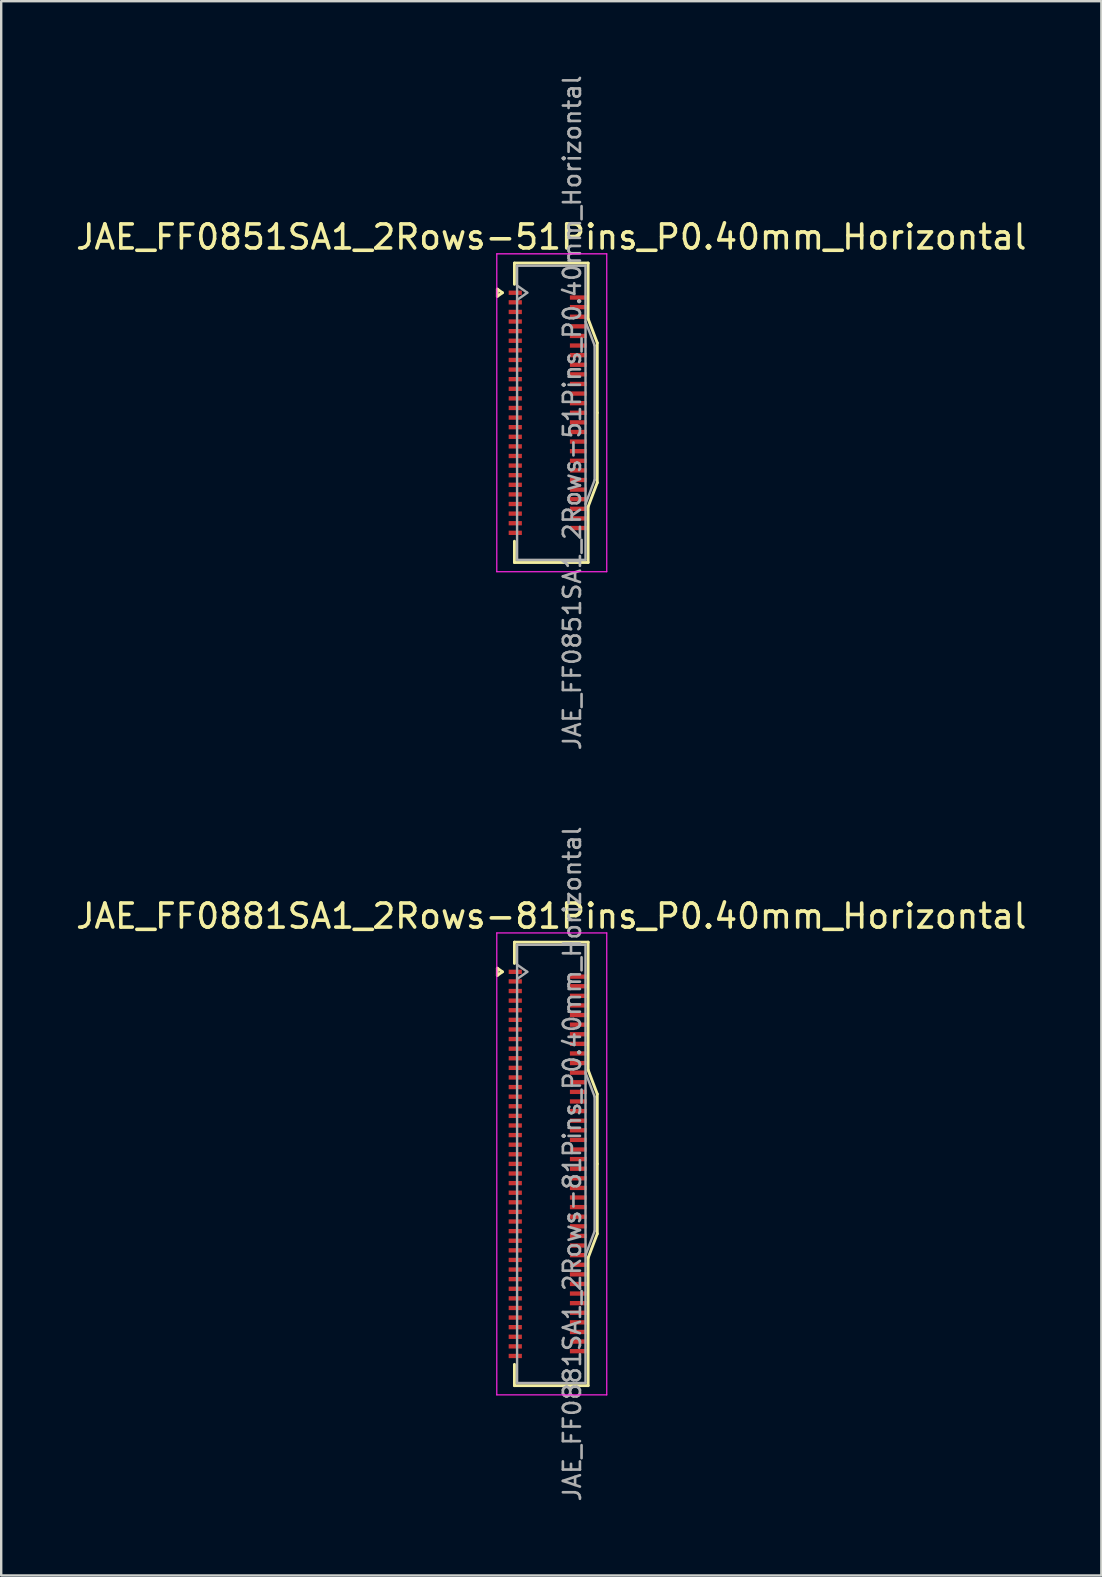
<source format=kicad_pcb>
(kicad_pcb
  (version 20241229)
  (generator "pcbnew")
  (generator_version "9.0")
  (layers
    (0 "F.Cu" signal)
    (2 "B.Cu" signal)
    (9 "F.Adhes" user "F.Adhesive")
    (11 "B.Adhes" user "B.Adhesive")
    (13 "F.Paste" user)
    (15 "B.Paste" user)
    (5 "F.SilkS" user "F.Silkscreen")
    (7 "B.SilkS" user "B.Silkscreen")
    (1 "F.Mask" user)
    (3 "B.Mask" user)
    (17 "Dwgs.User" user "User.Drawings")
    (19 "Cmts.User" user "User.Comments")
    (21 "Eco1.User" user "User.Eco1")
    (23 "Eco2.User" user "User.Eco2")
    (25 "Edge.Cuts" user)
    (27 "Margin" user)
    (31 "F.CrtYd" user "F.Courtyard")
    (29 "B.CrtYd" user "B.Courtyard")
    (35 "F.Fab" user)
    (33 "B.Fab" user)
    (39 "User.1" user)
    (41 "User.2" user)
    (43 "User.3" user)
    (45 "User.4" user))
  (footprint "JAE_FF0881SA1_2Rows-81Pins_P0.40mm_Horizontal"
    (layer "F.Cu")
    (at 19.761 45.426)
    (property "Reference" "JAE_FF0881SA1_2Rows-81Pins_P0.40mm_Horizontal" (at 0.15 -10.32 0) (layer "F.SilkS") (effects (font (size 1 1) (thickness 0.15))))
    (attr smd)
    (fp_line (start -2.097 -8.15) (end -1.885 -8) (stroke (width 0.12) (type solid)) (layer "F.SilkS"))
    (fp_line (start -2.097 -7.85) (end -2.097 -8.15) (stroke (width 0.12) (type solid)) (layer "F.SilkS"))
    (fp_line (start -1.885 -8) (end -2.097 -7.85) (stroke (width 0.12) (type solid)) (layer "F.SilkS"))
    (fp_line (start -1.385 -9.235) (end 1.685 -9.235) (stroke (width 0.12) (type solid)) (layer "F.SilkS"))
    (fp_line (start -1.385 -8.35) (end -1.385 -9.235) (stroke (width 0.12) (type solid)) (layer "F.SilkS"))
    (fp_line (start -1.385 8.35) (end -1.385 9.235) (stroke (width 0.12) (type solid)) (layer "F.SilkS"))
    (fp_line (start -1.385 9.235) (end 1.685 9.235) (stroke (width 0.12) (type solid)) (layer "F.SilkS"))
    (fp_line (start 1.685 -9.235) (end 1.685 -3.91) (stroke (width 0.12) (type solid)) (layer "F.SilkS"))
    (fp_line (start 1.685 -3.91) (end 2.065 -2.91) (stroke (width 0.12) (type solid)) (layer "F.SilkS"))
    (fp_line (start 1.685 3.91) (end 2.065 2.91) (stroke (width 0.12) (type solid)) (layer "F.SilkS"))
    (fp_line (start 1.685 9.235) (end 1.685 3.91) (stroke (width 0.12) (type solid)) (layer "F.SilkS"))
    (fp_line (start 2.065 -2.91) (end 2.065 0) (stroke (width 0.12) (type solid)) (layer "F.SilkS"))
    (fp_line (start 2.065 2.91) (end 2.065 0) (stroke (width 0.12) (type solid)) (layer "F.SilkS"))
    (fp_line (start -2.12 -9.62) (end -2.12 9.62) (stroke (width 0.05) (type solid)) (layer "F.CrtYd"))
    (fp_line (start -2.12 9.62) (end 2.46 9.62) (stroke (width 0.05) (type solid)) (layer "F.CrtYd"))
    (fp_line (start 2.46 -9.62) (end -2.12 -9.62) (stroke (width 0.05) (type solid)) (layer "F.CrtYd"))
    (fp_line (start 2.46 9.62) (end 2.46 -9.62) (stroke (width 0.05) (type solid)) (layer "F.CrtYd"))
    (fp_line (start -1.275 -9.125) (end -1.275 9.125) (stroke (width 0.1) (type solid)) (layer "F.Fab"))
    (fp_line (start -1.275 -8.3) (end -0.851 -8) (stroke (width 0.1) (type solid)) (layer "F.Fab"))
    (fp_line (start -1.275 9.125) (end 1.575 9.125) (stroke (width 0.1) (type solid)) (layer "F.Fab"))
    (fp_line (start -0.851 -8) (end -1.275 -7.7) (stroke (width 0.1) (type solid)) (layer "F.Fab"))
    (fp_line (start 1.575 -9.125) (end -1.275 -9.125) (stroke (width 0.1) (type solid)) (layer "F.Fab"))
    (fp_line (start 1.575 -3.8) (end 1.955 -2.8) (stroke (width 0.1) (type solid)) (layer "F.Fab"))
    (fp_line (start 1.575 9.125) (end 1.575 -9.125) (stroke (width 0.1) (type solid)) (layer "F.Fab"))
    (fp_line (start 1.955 -2.8) (end 1.955 2.8) (stroke (width 0.1) (type solid)) (layer "F.Fab"))
    (fp_line (start 1.955 2.8) (end 1.575 3.8) (stroke (width 0.1) (type solid)) (layer "F.Fab"))
    (fp_text user "${REFERENCE}" (at 1.02 0 90) (layer "F.Fab") (effects (font (size 0.71 0.71) (thickness 0.11))))
    (pad "1" smd rect (at -1.35 -8) (size 0.55 0.18) (layers "F.Cu" "F.Mask" "F.Paste"))
    (pad "2" smd rect (at 1.275 -7.8) (size 0.7 0.18) (layers "F.Cu" "F.Mask" "F.Paste"))
    (pad "3" smd rect (at -1.35 -7.6) (size 0.55 0.18) (layers "F.Cu" "F.Mask" "F.Paste"))
    (pad "4" smd rect (at 1.275 -7.4) (size 0.7 0.18) (layers "F.Cu" "F.Mask" "F.Paste"))
    (pad "5" smd rect (at -1.35 -7.2) (size 0.55 0.18) (layers "F.Cu" "F.Mask" "F.Paste"))
    (pad "6" smd rect (at 1.275 -7) (size 0.7 0.18) (layers "F.Cu" "F.Mask" "F.Paste"))
    (pad "7" smd rect (at -1.35 -6.8) (size 0.55 0.18) (layers "F.Cu" "F.Mask" "F.Paste"))
    (pad "8" smd rect (at 1.275 -6.6) (size 0.7 0.18) (layers "F.Cu" "F.Mask" "F.Paste"))
    (pad "9" smd rect (at -1.35 -6.4) (size 0.55 0.18) (layers "F.Cu" "F.Mask" "F.Paste"))
    (pad "10" smd rect (at 1.275 -6.2) (size 0.7 0.18) (layers "F.Cu" "F.Mask" "F.Paste"))
    (pad "11" smd rect (at -1.35 -6) (size 0.55 0.18) (layers "F.Cu" "F.Mask" "F.Paste"))
    (pad "12" smd rect (at 1.275 -5.8) (size 0.7 0.18) (layers "F.Cu" "F.Mask" "F.Paste"))
    (pad "13" smd rect (at -1.35 -5.6) (size 0.55 0.18) (layers "F.Cu" "F.Mask" "F.Paste"))
    (pad "14" smd rect (at 1.275 -5.4) (size 0.7 0.18) (layers "F.Cu" "F.Mask" "F.Paste"))
    (pad "15" smd rect (at -1.35 -5.2) (size 0.55 0.18) (layers "F.Cu" "F.Mask" "F.Paste"))
    (pad "16" smd rect (at 1.275 -5) (size 0.7 0.18) (layers "F.Cu" "F.Mask" "F.Paste"))
    (pad "17" smd rect (at -1.35 -4.8) (size 0.55 0.18) (layers "F.Cu" "F.Mask" "F.Paste"))
    (pad "18" smd rect (at 1.275 -4.6) (size 0.7 0.18) (layers "F.Cu" "F.Mask" "F.Paste"))
    (pad "19" smd rect (at -1.35 -4.4) (size 0.55 0.18) (layers "F.Cu" "F.Mask" "F.Paste"))
    (pad "20" smd rect (at 1.275 -4.2) (size 0.7 0.18) (layers "F.Cu" "F.Mask" "F.Paste"))
    (pad "21" smd rect (at -1.35 -4) (size 0.55 0.18) (layers "F.Cu" "F.Mask" "F.Paste"))
    (pad "22" smd rect (at 1.275 -3.8) (size 0.7 0.18) (layers "F.Cu" "F.Mask" "F.Paste"))
    (pad "23" smd rect (at -1.35 -3.6) (size 0.55 0.18) (layers "F.Cu" "F.Mask" "F.Paste"))
    (pad "24" smd rect (at 1.275 -3.4) (size 0.7 0.18) (layers "F.Cu" "F.Mask" "F.Paste"))
    (pad "25" smd rect (at -1.35 -3.2) (size 0.55 0.18) (layers "F.Cu" "F.Mask" "F.Paste"))
    (pad "26" smd rect (at 1.275 -3) (size 0.7 0.18) (layers "F.Cu" "F.Mask" "F.Paste"))
    (pad "27" smd rect (at -1.35 -2.8) (size 0.55 0.18) (layers "F.Cu" "F.Mask" "F.Paste"))
    (pad "28" smd rect (at 1.275 -2.6) (size 0.7 0.18) (layers "F.Cu" "F.Mask" "F.Paste"))
    (pad "29" smd rect (at -1.35 -2.4) (size 0.55 0.18) (layers "F.Cu" "F.Mask" "F.Paste"))
    (pad "30" smd rect (at 1.275 -2.2) (size 0.7 0.18) (layers "F.Cu" "F.Mask" "F.Paste"))
    (pad "31" smd rect (at -1.35 -2) (size 0.55 0.18) (layers "F.Cu" "F.Mask" "F.Paste"))
    (pad "32" smd rect (at 1.275 -1.8) (size 0.7 0.18) (layers "F.Cu" "F.Mask" "F.Paste"))
    (pad "33" smd rect (at -1.35 -1.6) (size 0.55 0.18) (layers "F.Cu" "F.Mask" "F.Paste"))
    (pad "34" smd rect (at 1.275 -1.4) (size 0.7 0.18) (layers "F.Cu" "F.Mask" "F.Paste"))
    (pad "35" smd rect (at -1.35 -1.2) (size 0.55 0.18) (layers "F.Cu" "F.Mask" "F.Paste"))
    (pad "36" smd rect (at 1.275 -1) (size 0.7 0.18) (layers "F.Cu" "F.Mask" "F.Paste"))
    (pad "37" smd rect (at -1.35 -0.8) (size 0.55 0.18) (layers "F.Cu" "F.Mask" "F.Paste"))
    (pad "38" smd rect (at 1.275 -0.6) (size 0.7 0.18) (layers "F.Cu" "F.Mask" "F.Paste"))
    (pad "39" smd rect (at -1.35 -0.4) (size 0.55 0.18) (layers "F.Cu" "F.Mask" "F.Paste"))
    (pad "40" smd rect (at 1.275 -0.2) (size 0.7 0.18) (layers "F.Cu" "F.Mask" "F.Paste"))
    (pad "41" smd rect (at -1.35 0) (size 0.55 0.18) (layers "F.Cu" "F.Mask" "F.Paste"))
    (pad "42" smd rect (at 1.275 0.2) (size 0.7 0.18) (layers "F.Cu" "F.Mask" "F.Paste"))
    (pad "43" smd rect (at -1.35 0.4) (size 0.55 0.18) (layers "F.Cu" "F.Mask" "F.Paste"))
    (pad "44" smd rect (at 1.275 0.6) (size 0.7 0.18) (layers "F.Cu" "F.Mask" "F.Paste"))
    (pad "45" smd rect (at -1.35 0.8) (size 0.55 0.18) (layers "F.Cu" "F.Mask" "F.Paste"))
    (pad "46" smd rect (at 1.275 1) (size 0.7 0.18) (layers "F.Cu" "F.Mask" "F.Paste"))
    (pad "47" smd rect (at -1.35 1.2) (size 0.55 0.18) (layers "F.Cu" "F.Mask" "F.Paste"))
    (pad "48" smd rect (at 1.275 1.4) (size 0.7 0.18) (layers "F.Cu" "F.Mask" "F.Paste"))
    (pad "49" smd rect (at -1.35 1.6) (size 0.55 0.18) (layers "F.Cu" "F.Mask" "F.Paste"))
    (pad "50" smd rect (at 1.275 1.8) (size 0.7 0.18) (layers "F.Cu" "F.Mask" "F.Paste"))
    (pad "51" smd rect (at -1.35 2) (size 0.55 0.18) (layers "F.Cu" "F.Mask" "F.Paste"))
    (pad "52" smd rect (at 1.275 2.2) (size 0.7 0.18) (layers "F.Cu" "F.Mask" "F.Paste"))
    (pad "53" smd rect (at -1.35 2.4) (size 0.55 0.18) (layers "F.Cu" "F.Mask" "F.Paste"))
    (pad "54" smd rect (at 1.275 2.6) (size 0.7 0.18) (layers "F.Cu" "F.Mask" "F.Paste"))
    (pad "55" smd rect (at -1.35 2.8) (size 0.55 0.18) (layers "F.Cu" "F.Mask" "F.Paste"))
    (pad "56" smd rect (at 1.275 3) (size 0.7 0.18) (layers "F.Cu" "F.Mask" "F.Paste"))
    (pad "57" smd rect (at -1.35 3.2) (size 0.55 0.18) (layers "F.Cu" "F.Mask" "F.Paste"))
    (pad "58" smd rect (at 1.275 3.4) (size 0.7 0.18) (layers "F.Cu" "F.Mask" "F.Paste"))
    (pad "59" smd rect (at -1.35 3.6) (size 0.55 0.18) (layers "F.Cu" "F.Mask" "F.Paste"))
    (pad "60" smd rect (at 1.275 3.8) (size 0.7 0.18) (layers "F.Cu" "F.Mask" "F.Paste"))
    (pad "61" smd rect (at -1.35 4) (size 0.55 0.18) (layers "F.Cu" "F.Mask" "F.Paste"))
    (pad "62" smd rect (at 1.275 4.2) (size 0.7 0.18) (layers "F.Cu" "F.Mask" "F.Paste"))
    (pad "63" smd rect (at -1.35 4.4) (size 0.55 0.18) (layers "F.Cu" "F.Mask" "F.Paste"))
    (pad "64" smd rect (at 1.275 4.6) (size 0.7 0.18) (layers "F.Cu" "F.Mask" "F.Paste"))
    (pad "65" smd rect (at -1.35 4.8) (size 0.55 0.18) (layers "F.Cu" "F.Mask" "F.Paste"))
    (pad "66" smd rect (at 1.275 5) (size 0.7 0.18) (layers "F.Cu" "F.Mask" "F.Paste"))
    (pad "67" smd rect (at -1.35 5.2) (size 0.55 0.18) (layers "F.Cu" "F.Mask" "F.Paste"))
    (pad "68" smd rect (at 1.275 5.4) (size 0.7 0.18) (layers "F.Cu" "F.Mask" "F.Paste"))
    (pad "69" smd rect (at -1.35 5.6) (size 0.55 0.18) (layers "F.Cu" "F.Mask" "F.Paste"))
    (pad "70" smd rect (at 1.275 5.8) (size 0.7 0.18) (layers "F.Cu" "F.Mask" "F.Paste"))
    (pad "71" smd rect (at -1.35 6) (size 0.55 0.18) (layers "F.Cu" "F.Mask" "F.Paste"))
    (pad "72" smd rect (at 1.275 6.2) (size 0.7 0.18) (layers "F.Cu" "F.Mask" "F.Paste"))
    (pad "73" smd rect (at -1.35 6.4) (size 0.55 0.18) (layers "F.Cu" "F.Mask" "F.Paste"))
    (pad "74" smd rect (at 1.275 6.6) (size 0.7 0.18) (layers "F.Cu" "F.Mask" "F.Paste"))
    (pad "75" smd rect (at -1.35 6.8) (size 0.55 0.18) (layers "F.Cu" "F.Mask" "F.Paste"))
    (pad "76" smd rect (at 1.275 7) (size 0.7 0.18) (layers "F.Cu" "F.Mask" "F.Paste"))
    (pad "77" smd rect (at -1.35 7.2) (size 0.55 0.18) (layers "F.Cu" "F.Mask" "F.Paste"))
    (pad "78" smd rect (at 1.275 7.4) (size 0.7 0.18) (layers "F.Cu" "F.Mask" "F.Paste"))
    (pad "79" smd rect (at -1.35 7.6) (size 0.55 0.18) (layers "F.Cu" "F.Mask" "F.Paste"))
    (pad "80" smd rect (at 1.275 7.8) (size 0.7 0.18) (layers "F.Cu" "F.Mask" "F.Paste"))
    (pad "81" smd rect (at -1.35 8) (size 0.55 0.18) (layers "F.Cu" "F.Mask" "F.Paste")))
  (footprint "JAE_FF0851SA1_2Rows-51Pins_P0.40mm_Horizontal"
    (layer "F.Cu")
    (at 19.761 14.142)
    (property "Reference" "JAE_FF0851SA1_2Rows-51Pins_P0.40mm_Horizontal" (at 0.15 -7.32 0) (layer "F.SilkS") (effects (font (size 1 1) (thickness 0.15))))
    (attr smd)
    (fp_line (start -2.097 -5.15) (end -1.885 -5) (stroke (width 0.12) (type solid)) (layer "F.SilkS"))
    (fp_line (start -2.097 -4.85) (end -2.097 -5.15) (stroke (width 0.12) (type solid)) (layer "F.SilkS"))
    (fp_line (start -1.885 -5) (end -2.097 -4.85) (stroke (width 0.12) (type solid)) (layer "F.SilkS"))
    (fp_line (start -1.385 -6.235) (end 1.685 -6.235) (stroke (width 0.12) (type solid)) (layer "F.SilkS"))
    (fp_line (start -1.385 -5.35) (end -1.385 -6.235) (stroke (width 0.12) (type solid)) (layer "F.SilkS"))
    (fp_line (start -1.385 5.35) (end -1.385 6.235) (stroke (width 0.12) (type solid)) (layer "F.SilkS"))
    (fp_line (start -1.385 6.235) (end 1.685 6.235) (stroke (width 0.12) (type solid)) (layer "F.SilkS"))
    (fp_line (start 1.685 -6.235) (end 1.685 -3.91) (stroke (width 0.12) (type solid)) (layer "F.SilkS"))
    (fp_line (start 1.685 -3.91) (end 2.065 -2.91) (stroke (width 0.12) (type solid)) (layer "F.SilkS"))
    (fp_line (start 1.685 3.91) (end 2.065 2.91) (stroke (width 0.12) (type solid)) (layer "F.SilkS"))
    (fp_line (start 1.685 6.235) (end 1.685 3.91) (stroke (width 0.12) (type solid)) (layer "F.SilkS"))
    (fp_line (start 2.065 -2.91) (end 2.065 0) (stroke (width 0.12) (type solid)) (layer "F.SilkS"))
    (fp_line (start 2.065 2.91) (end 2.065 0) (stroke (width 0.12) (type solid)) (layer "F.SilkS"))
    (fp_line (start -2.12 -6.62) (end -2.12 6.62) (stroke (width 0.05) (type solid)) (layer "F.CrtYd"))
    (fp_line (start -2.12 6.62) (end 2.46 6.62) (stroke (width 0.05) (type solid)) (layer "F.CrtYd"))
    (fp_line (start 2.46 -6.62) (end -2.12 -6.62) (stroke (width 0.05) (type solid)) (layer "F.CrtYd"))
    (fp_line (start 2.46 6.62) (end 2.46 -6.62) (stroke (width 0.05) (type solid)) (layer "F.CrtYd"))
    (fp_line (start -1.275 -6.125) (end -1.275 6.125) (stroke (width 0.1) (type solid)) (layer "F.Fab"))
    (fp_line (start -1.275 -5.3) (end -0.851 -5) (stroke (width 0.1) (type solid)) (layer "F.Fab"))
    (fp_line (start -1.275 6.125) (end 1.575 6.125) (stroke (width 0.1) (type solid)) (layer "F.Fab"))
    (fp_line (start -0.851 -5) (end -1.275 -4.7) (stroke (width 0.1) (type solid)) (layer "F.Fab"))
    (fp_line (start 1.575 -6.125) (end -1.275 -6.125) (stroke (width 0.1) (type solid)) (layer "F.Fab"))
    (fp_line (start 1.575 -3.8) (end 1.955 -2.8) (stroke (width 0.1) (type solid)) (layer "F.Fab"))
    (fp_line (start 1.575 6.125) (end 1.575 -6.125) (stroke (width 0.1) (type solid)) (layer "F.Fab"))
    (fp_line (start 1.955 -2.8) (end 1.955 2.8) (stroke (width 0.1) (type solid)) (layer "F.Fab"))
    (fp_line (start 1.955 2.8) (end 1.575 3.8) (stroke (width 0.1) (type solid)) (layer "F.Fab"))
    (fp_text user "${REFERENCE}" (at 1.02 0 90) (layer "F.Fab") (effects (font (size 0.71 0.71) (thickness 0.11))))
    (pad "1" smd rect (at -1.35 -5) (size 0.55 0.18) (layers "F.Cu" "F.Mask" "F.Paste"))
    (pad "2" smd rect (at 1.275 -4.8) (size 0.7 0.18) (layers "F.Cu" "F.Mask" "F.Paste"))
    (pad "3" smd rect (at -1.35 -4.6) (size 0.55 0.18) (layers "F.Cu" "F.Mask" "F.Paste"))
    (pad "4" smd rect (at 1.275 -4.4) (size 0.7 0.18) (layers "F.Cu" "F.Mask" "F.Paste"))
    (pad "5" smd rect (at -1.35 -4.2) (size 0.55 0.18) (layers "F.Cu" "F.Mask" "F.Paste"))
    (pad "6" smd rect (at 1.275 -4) (size 0.7 0.18) (layers "F.Cu" "F.Mask" "F.Paste"))
    (pad "7" smd rect (at -1.35 -3.8) (size 0.55 0.18) (layers "F.Cu" "F.Mask" "F.Paste"))
    (pad "8" smd rect (at 1.275 -3.6) (size 0.7 0.18) (layers "F.Cu" "F.Mask" "F.Paste"))
    (pad "9" smd rect (at -1.35 -3.4) (size 0.55 0.18) (layers "F.Cu" "F.Mask" "F.Paste"))
    (pad "10" smd rect (at 1.275 -3.2) (size 0.7 0.18) (layers "F.Cu" "F.Mask" "F.Paste"))
    (pad "11" smd rect (at -1.35 -3) (size 0.55 0.18) (layers "F.Cu" "F.Mask" "F.Paste"))
    (pad "12" smd rect (at 1.275 -2.8) (size 0.7 0.18) (layers "F.Cu" "F.Mask" "F.Paste"))
    (pad "13" smd rect (at -1.35 -2.6) (size 0.55 0.18) (layers "F.Cu" "F.Mask" "F.Paste"))
    (pad "14" smd rect (at 1.275 -2.4) (size 0.7 0.18) (layers "F.Cu" "F.Mask" "F.Paste"))
    (pad "15" smd rect (at -1.35 -2.2) (size 0.55 0.18) (layers "F.Cu" "F.Mask" "F.Paste"))
    (pad "16" smd rect (at 1.275 -2) (size 0.7 0.18) (layers "F.Cu" "F.Mask" "F.Paste"))
    (pad "17" smd rect (at -1.35 -1.8) (size 0.55 0.18) (layers "F.Cu" "F.Mask" "F.Paste"))
    (pad "18" smd rect (at 1.275 -1.6) (size 0.7 0.18) (layers "F.Cu" "F.Mask" "F.Paste"))
    (pad "19" smd rect (at -1.35 -1.4) (size 0.55 0.18) (layers "F.Cu" "F.Mask" "F.Paste"))
    (pad "20" smd rect (at 1.275 -1.2) (size 0.7 0.18) (layers "F.Cu" "F.Mask" "F.Paste"))
    (pad "21" smd rect (at -1.35 -1) (size 0.55 0.18) (layers "F.Cu" "F.Mask" "F.Paste"))
    (pad "22" smd rect (at 1.275 -0.8) (size 0.7 0.18) (layers "F.Cu" "F.Mask" "F.Paste"))
    (pad "23" smd rect (at -1.35 -0.6) (size 0.55 0.18) (layers "F.Cu" "F.Mask" "F.Paste"))
    (pad "24" smd rect (at 1.275 -0.4) (size 0.7 0.18) (layers "F.Cu" "F.Mask" "F.Paste"))
    (pad "25" smd rect (at -1.35 -0.2) (size 0.55 0.18) (layers "F.Cu" "F.Mask" "F.Paste"))
    (pad "26" smd rect (at 1.275 0) (size 0.7 0.18) (layers "F.Cu" "F.Mask" "F.Paste"))
    (pad "27" smd rect (at -1.35 0.2) (size 0.55 0.18) (layers "F.Cu" "F.Mask" "F.Paste"))
    (pad "28" smd rect (at 1.275 0.4) (size 0.7 0.18) (layers "F.Cu" "F.Mask" "F.Paste"))
    (pad "29" smd rect (at -1.35 0.6) (size 0.55 0.18) (layers "F.Cu" "F.Mask" "F.Paste"))
    (pad "30" smd rect (at 1.275 0.8) (size 0.7 0.18) (layers "F.Cu" "F.Mask" "F.Paste"))
    (pad "31" smd rect (at -1.35 1) (size 0.55 0.18) (layers "F.Cu" "F.Mask" "F.Paste"))
    (pad "32" smd rect (at 1.275 1.2) (size 0.7 0.18) (layers "F.Cu" "F.Mask" "F.Paste"))
    (pad "33" smd rect (at -1.35 1.4) (size 0.55 0.18) (layers "F.Cu" "F.Mask" "F.Paste"))
    (pad "34" smd rect (at 1.275 1.6) (size 0.7 0.18) (layers "F.Cu" "F.Mask" "F.Paste"))
    (pad "35" smd rect (at -1.35 1.8) (size 0.55 0.18) (layers "F.Cu" "F.Mask" "F.Paste"))
    (pad "36" smd rect (at 1.275 2) (size 0.7 0.18) (layers "F.Cu" "F.Mask" "F.Paste"))
    (pad "37" smd rect (at -1.35 2.2) (size 0.55 0.18) (layers "F.Cu" "F.Mask" "F.Paste"))
    (pad "38" smd rect (at 1.275 2.4) (size 0.7 0.18) (layers "F.Cu" "F.Mask" "F.Paste"))
    (pad "39" smd rect (at -1.35 2.6) (size 0.55 0.18) (layers "F.Cu" "F.Mask" "F.Paste"))
    (pad "40" smd rect (at 1.275 2.8) (size 0.7 0.18) (layers "F.Cu" "F.Mask" "F.Paste"))
    (pad "41" smd rect (at -1.35 3) (size 0.55 0.18) (layers "F.Cu" "F.Mask" "F.Paste"))
    (pad "42" smd rect (at 1.275 3.2) (size 0.7 0.18) (layers "F.Cu" "F.Mask" "F.Paste"))
    (pad "43" smd rect (at -1.35 3.4) (size 0.55 0.18) (layers "F.Cu" "F.Mask" "F.Paste"))
    (pad "44" smd rect (at 1.275 3.6) (size 0.7 0.18) (layers "F.Cu" "F.Mask" "F.Paste"))
    (pad "45" smd rect (at -1.35 3.8) (size 0.55 0.18) (layers "F.Cu" "F.Mask" "F.Paste"))
    (pad "46" smd rect (at 1.275 4) (size 0.7 0.18) (layers "F.Cu" "F.Mask" "F.Paste"))
    (pad "47" smd rect (at -1.35 4.2) (size 0.55 0.18) (layers "F.Cu" "F.Mask" "F.Paste"))
    (pad "48" smd rect (at 1.275 4.4) (size 0.7 0.18) (layers "F.Cu" "F.Mask" "F.Paste"))
    (pad "49" smd rect (at -1.35 4.6) (size 0.55 0.18) (layers "F.Cu" "F.Mask" "F.Paste"))
    (pad "50" smd rect (at 1.275 4.8) (size 0.7 0.18) (layers "F.Cu" "F.Mask" "F.Paste"))
    (pad "51" smd rect (at -1.35 5) (size 0.55 0.18) (layers "F.Cu" "F.Mask" "F.Paste")))
  (gr_rect
    (start -3 -3)
    (end 42.821 62.567)
    (stroke (width 0.1) (type default))
    (fill no)
    (layer "Edge.Cuts")))
</source>
